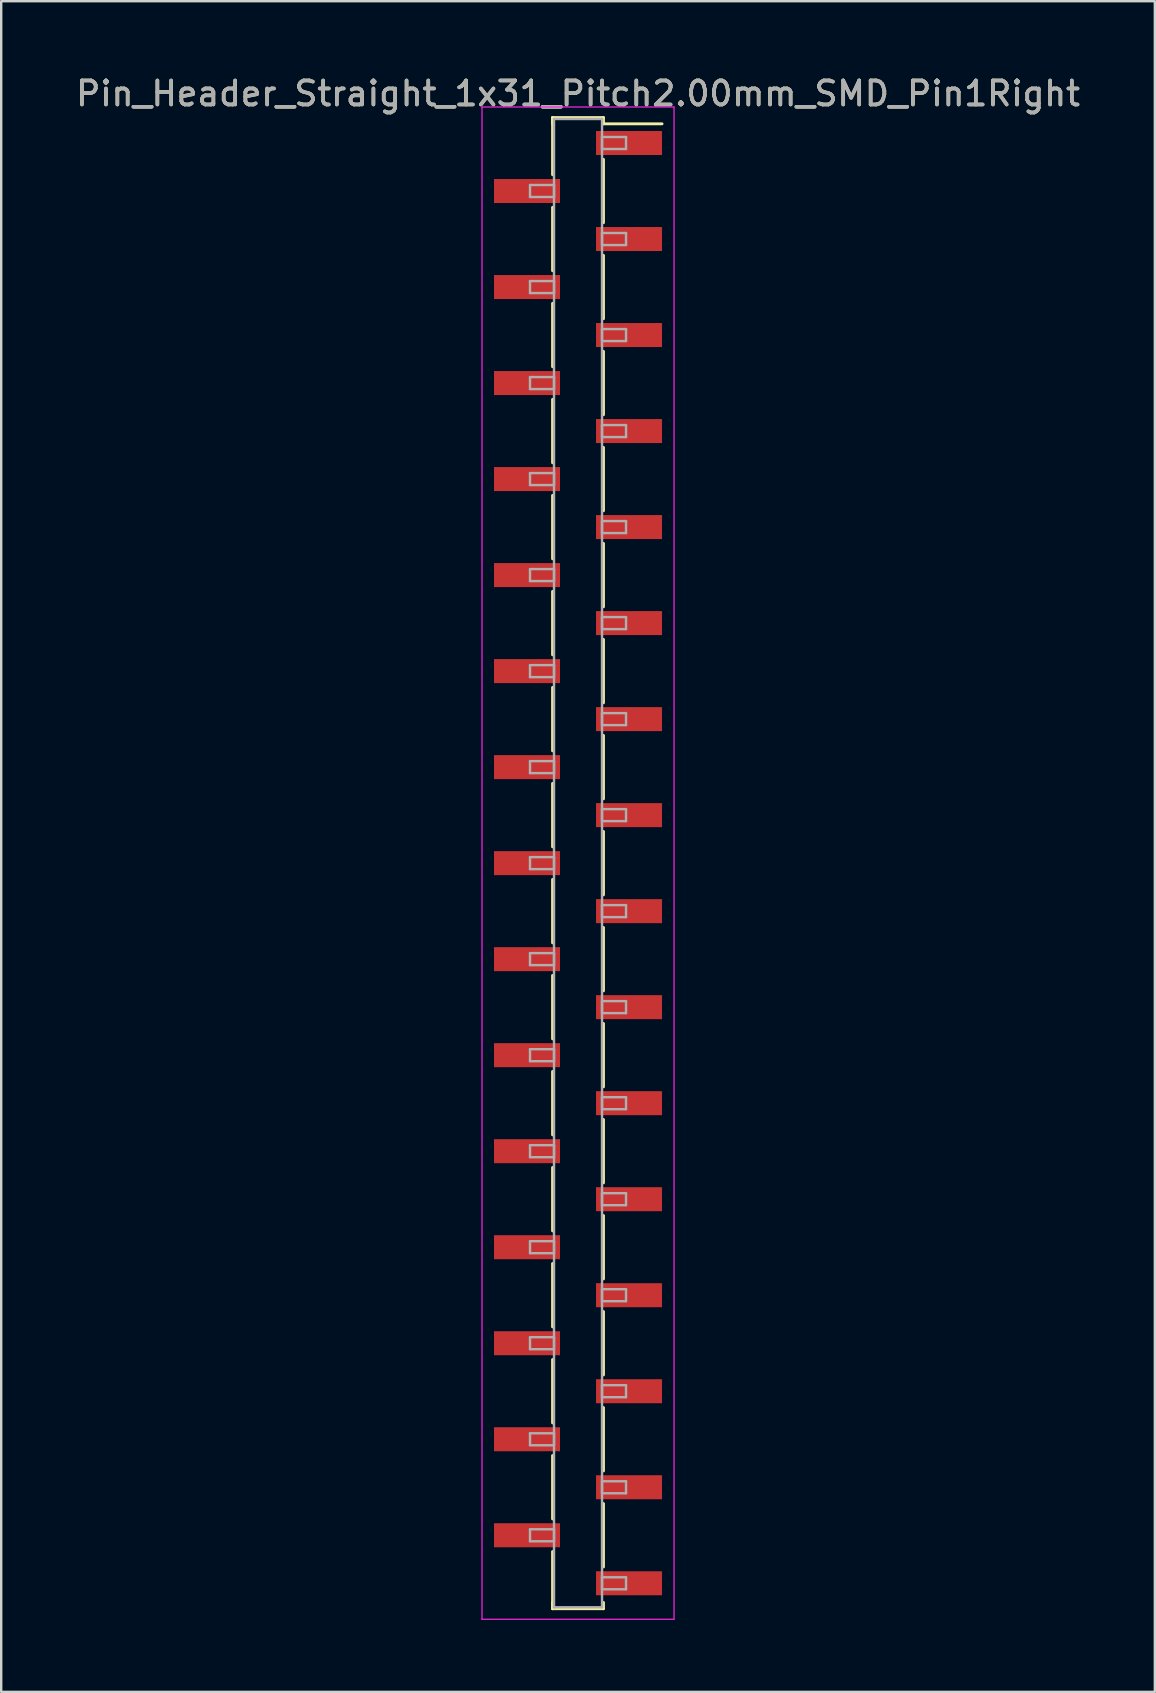
<source format=kicad_pcb>
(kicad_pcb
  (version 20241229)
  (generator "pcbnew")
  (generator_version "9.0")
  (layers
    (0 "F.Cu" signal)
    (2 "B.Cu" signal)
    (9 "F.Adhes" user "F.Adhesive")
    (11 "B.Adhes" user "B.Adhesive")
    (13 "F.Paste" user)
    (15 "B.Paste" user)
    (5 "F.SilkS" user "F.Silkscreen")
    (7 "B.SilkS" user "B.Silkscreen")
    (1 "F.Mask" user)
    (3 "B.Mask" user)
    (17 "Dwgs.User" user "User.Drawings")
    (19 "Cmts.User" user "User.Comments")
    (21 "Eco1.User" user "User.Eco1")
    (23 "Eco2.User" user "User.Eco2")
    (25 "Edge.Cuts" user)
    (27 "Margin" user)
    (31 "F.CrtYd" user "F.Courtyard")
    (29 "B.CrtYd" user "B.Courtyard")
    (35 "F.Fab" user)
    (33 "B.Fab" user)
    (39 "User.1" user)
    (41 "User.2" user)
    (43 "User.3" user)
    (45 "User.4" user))
  (footprint "Pin_Header_Straight_1x31_Pitch2.00mm_SMD_Pin1Right"
    (layer "F.Cu")
    (at 21.03 32.908)
    (property "Reference" "Pin_Header_Straight_1x31_Pitch2.00mm_SMD_Pin1Right" (at 0 -32.06 0) (layer "F.SilkS") (effects (font (size 1 1) (thickness 0.15))))
    (attr smd)
    (fp_line (start -1.06 -31.06) (end -1.06 -28.68) (stroke (width 0.12) (type solid)) (layer "F.SilkS"))
    (fp_line (start -1.06 -31.06) (end 1.06 -31.06) (stroke (width 0.12) (type solid)) (layer "F.SilkS"))
    (fp_line (start -1.06 -30.8) (end -1.06 -31.06) (stroke (width 0.12) (type solid)) (layer "F.SilkS"))
    (fp_line (start -1.06 -27.32) (end -1.06 -24.68) (stroke (width 0.12) (type solid)) (layer "F.SilkS"))
    (fp_line (start -1.06 -23.32) (end -1.06 -20.68) (stroke (width 0.12) (type solid)) (layer "F.SilkS"))
    (fp_line (start -1.06 -19.32) (end -1.06 -16.68) (stroke (width 0.12) (type solid)) (layer "F.SilkS"))
    (fp_line (start -1.06 -15.32) (end -1.06 -12.68) (stroke (width 0.12) (type solid)) (layer "F.SilkS"))
    (fp_line (start -1.06 -11.32) (end -1.06 -8.68) (stroke (width 0.12) (type solid)) (layer "F.SilkS"))
    (fp_line (start -1.06 -7.32) (end -1.06 -4.68) (stroke (width 0.12) (type solid)) (layer "F.SilkS"))
    (fp_line (start -1.06 -3.32) (end -1.06 -0.68) (stroke (width 0.12) (type solid)) (layer "F.SilkS"))
    (fp_line (start -1.06 0.68) (end -1.06 3.32) (stroke (width 0.12) (type solid)) (layer "F.SilkS"))
    (fp_line (start -1.06 4.68) (end -1.06 7.32) (stroke (width 0.12) (type solid)) (layer "F.SilkS"))
    (fp_line (start -1.06 8.68) (end -1.06 11.32) (stroke (width 0.12) (type solid)) (layer "F.SilkS"))
    (fp_line (start -1.06 12.68) (end -1.06 15.32) (stroke (width 0.12) (type solid)) (layer "F.SilkS"))
    (fp_line (start -1.06 16.68) (end -1.06 19.32) (stroke (width 0.12) (type solid)) (layer "F.SilkS"))
    (fp_line (start -1.06 20.68) (end -1.06 23.32) (stroke (width 0.12) (type solid)) (layer "F.SilkS"))
    (fp_line (start -1.06 24.68) (end -1.06 27.32) (stroke (width 0.12) (type solid)) (layer "F.SilkS"))
    (fp_line (start -1.06 28.68) (end -1.06 31.06) (stroke (width 0.12) (type solid)) (layer "F.SilkS"))
    (fp_line (start -1.06 30.8) (end -1.06 31.06) (stroke (width 0.12) (type solid)) (layer "F.SilkS"))
    (fp_line (start -1.06 31.06) (end 1.06 31.06) (stroke (width 0.12) (type solid)) (layer "F.SilkS"))
    (fp_line (start 1.06 -31.06) (end 1.06 -30.8) (stroke (width 0.12) (type solid)) (layer "F.SilkS"))
    (fp_line (start 1.06 -30.8) (end 3.5 -30.8) (stroke (width 0.12) (type solid)) (layer "F.SilkS"))
    (fp_line (start 1.06 -29.32) (end 1.06 -26.68) (stroke (width 0.12) (type solid)) (layer "F.SilkS"))
    (fp_line (start 1.06 -25.32) (end 1.06 -22.68) (stroke (width 0.12) (type solid)) (layer "F.SilkS"))
    (fp_line (start 1.06 -21.32) (end 1.06 -18.68) (stroke (width 0.12) (type solid)) (layer "F.SilkS"))
    (fp_line (start 1.06 -17.32) (end 1.06 -14.68) (stroke (width 0.12) (type solid)) (layer "F.SilkS"))
    (fp_line (start 1.06 -13.32) (end 1.06 -10.68) (stroke (width 0.12) (type solid)) (layer "F.SilkS"))
    (fp_line (start 1.06 -9.32) (end 1.06 -6.68) (stroke (width 0.12) (type solid)) (layer "F.SilkS"))
    (fp_line (start 1.06 -5.32) (end 1.06 -2.68) (stroke (width 0.12) (type solid)) (layer "F.SilkS"))
    (fp_line (start 1.06 -1.32) (end 1.06 1.32) (stroke (width 0.12) (type solid)) (layer "F.SilkS"))
    (fp_line (start 1.06 2.68) (end 1.06 5.32) (stroke (width 0.12) (type solid)) (layer "F.SilkS"))
    (fp_line (start 1.06 6.68) (end 1.06 9.32) (stroke (width 0.12) (type solid)) (layer "F.SilkS"))
    (fp_line (start 1.06 10.68) (end 1.06 13.32) (stroke (width 0.12) (type solid)) (layer "F.SilkS"))
    (fp_line (start 1.06 14.68) (end 1.06 17.32) (stroke (width 0.12) (type solid)) (layer "F.SilkS"))
    (fp_line (start 1.06 18.68) (end 1.06 21.32) (stroke (width 0.12) (type solid)) (layer "F.SilkS"))
    (fp_line (start 1.06 22.68) (end 1.06 25.32) (stroke (width 0.12) (type solid)) (layer "F.SilkS"))
    (fp_line (start 1.06 26.68) (end 1.06 29.32) (stroke (width 0.12) (type solid)) (layer "F.SilkS"))
    (fp_line (start 1.06 31.06) (end 1.06 30.8) (stroke (width 0.12) (type solid)) (layer "F.SilkS"))
    (fp_line (start -4 -31.5) (end -4 31.5) (stroke (width 0.05) (type solid)) (layer "F.CrtYd"))
    (fp_line (start -4 31.5) (end 4 31.5) (stroke (width 0.05) (type solid)) (layer "F.CrtYd"))
    (fp_line (start 4 -31.5) (end -4 -31.5) (stroke (width 0.05) (type solid)) (layer "F.CrtYd"))
    (fp_line (start 4 31.5) (end 4 -31.5) (stroke (width 0.05) (type solid)) (layer "F.CrtYd"))
    (fp_line (start -2 -28.25) (end -1 -28.25) (stroke (width 0.1) (type solid)) (layer "F.Fab"))
    (fp_line (start -2 -27.75) (end -2 -28.25) (stroke (width 0.1) (type solid)) (layer "F.Fab"))
    (fp_line (start -2 -24.25) (end -1 -24.25) (stroke (width 0.1) (type solid)) (layer "F.Fab"))
    (fp_line (start -2 -23.75) (end -2 -24.25) (stroke (width 0.1) (type solid)) (layer "F.Fab"))
    (fp_line (start -2 -20.25) (end -1 -20.25) (stroke (width 0.1) (type solid)) (layer "F.Fab"))
    (fp_line (start -2 -19.75) (end -2 -20.25) (stroke (width 0.1) (type solid)) (layer "F.Fab"))
    (fp_line (start -2 -16.25) (end -1 -16.25) (stroke (width 0.1) (type solid)) (layer "F.Fab"))
    (fp_line (start -2 -15.75) (end -2 -16.25) (stroke (width 0.1) (type solid)) (layer "F.Fab"))
    (fp_line (start -2 -12.25) (end -1 -12.25) (stroke (width 0.1) (type solid)) (layer "F.Fab"))
    (fp_line (start -2 -11.75) (end -2 -12.25) (stroke (width 0.1) (type solid)) (layer "F.Fab"))
    (fp_line (start -2 -8.25) (end -1 -8.25) (stroke (width 0.1) (type solid)) (layer "F.Fab"))
    (fp_line (start -2 -7.75) (end -2 -8.25) (stroke (width 0.1) (type solid)) (layer "F.Fab"))
    (fp_line (start -2 -4.25) (end -1 -4.25) (stroke (width 0.1) (type solid)) (layer "F.Fab"))
    (fp_line (start -2 -3.75) (end -2 -4.25) (stroke (width 0.1) (type solid)) (layer "F.Fab"))
    (fp_line (start -2 -0.25) (end -1 -0.25) (stroke (width 0.1) (type solid)) (layer "F.Fab"))
    (fp_line (start -2 0.25) (end -2 -0.25) (stroke (width 0.1) (type solid)) (layer "F.Fab"))
    (fp_line (start -2 3.75) (end -1 3.75) (stroke (width 0.1) (type solid)) (layer "F.Fab"))
    (fp_line (start -2 4.25) (end -2 3.75) (stroke (width 0.1) (type solid)) (layer "F.Fab"))
    (fp_line (start -2 7.75) (end -1 7.75) (stroke (width 0.1) (type solid)) (layer "F.Fab"))
    (fp_line (start -2 8.25) (end -2 7.75) (stroke (width 0.1) (type solid)) (layer "F.Fab"))
    (fp_line (start -2 11.75) (end -1 11.75) (stroke (width 0.1) (type solid)) (layer "F.Fab"))
    (fp_line (start -2 12.25) (end -2 11.75) (stroke (width 0.1) (type solid)) (layer "F.Fab"))
    (fp_line (start -2 15.75) (end -1 15.75) (stroke (width 0.1) (type solid)) (layer "F.Fab"))
    (fp_line (start -2 16.25) (end -2 15.75) (stroke (width 0.1) (type solid)) (layer "F.Fab"))
    (fp_line (start -2 19.75) (end -1 19.75) (stroke (width 0.1) (type solid)) (layer "F.Fab"))
    (fp_line (start -2 20.25) (end -2 19.75) (stroke (width 0.1) (type solid)) (layer "F.Fab"))
    (fp_line (start -2 23.75) (end -1 23.75) (stroke (width 0.1) (type solid)) (layer "F.Fab"))
    (fp_line (start -2 24.25) (end -2 23.75) (stroke (width 0.1) (type solid)) (layer "F.Fab"))
    (fp_line (start -2 27.75) (end -1 27.75) (stroke (width 0.1) (type solid)) (layer "F.Fab"))
    (fp_line (start -2 28.25) (end -2 27.75) (stroke (width 0.1) (type solid)) (layer "F.Fab"))
    (fp_line (start -1 -31) (end -1 31) (stroke (width 0.1) (type solid)) (layer "F.Fab"))
    (fp_line (start -1 -28.25) (end -1 -27.75) (stroke (width 0.1) (type solid)) (layer "F.Fab"))
    (fp_line (start -1 -27.75) (end -2 -27.75) (stroke (width 0.1) (type solid)) (layer "F.Fab"))
    (fp_line (start -1 -24.25) (end -1 -23.75) (stroke (width 0.1) (type solid)) (layer "F.Fab"))
    (fp_line (start -1 -23.75) (end -2 -23.75) (stroke (width 0.1) (type solid)) (layer "F.Fab"))
    (fp_line (start -1 -20.25) (end -1 -19.75) (stroke (width 0.1) (type solid)) (layer "F.Fab"))
    (fp_line (start -1 -19.75) (end -2 -19.75) (stroke (width 0.1) (type solid)) (layer "F.Fab"))
    (fp_line (start -1 -16.25) (end -1 -15.75) (stroke (width 0.1) (type solid)) (layer "F.Fab"))
    (fp_line (start -1 -15.75) (end -2 -15.75) (stroke (width 0.1) (type solid)) (layer "F.Fab"))
    (fp_line (start -1 -12.25) (end -1 -11.75) (stroke (width 0.1) (type solid)) (layer "F.Fab"))
    (fp_line (start -1 -11.75) (end -2 -11.75) (stroke (width 0.1) (type solid)) (layer "F.Fab"))
    (fp_line (start -1 -8.25) (end -1 -7.75) (stroke (width 0.1) (type solid)) (layer "F.Fab"))
    (fp_line (start -1 -7.75) (end -2 -7.75) (stroke (width 0.1) (type solid)) (layer "F.Fab"))
    (fp_line (start -1 -4.25) (end -1 -3.75) (stroke (width 0.1) (type solid)) (layer "F.Fab"))
    (fp_line (start -1 -3.75) (end -2 -3.75) (stroke (width 0.1) (type solid)) (layer "F.Fab"))
    (fp_line (start -1 -0.25) (end -1 0.25) (stroke (width 0.1) (type solid)) (layer "F.Fab"))
    (fp_line (start -1 0.25) (end -2 0.25) (stroke (width 0.1) (type solid)) (layer "F.Fab"))
    (fp_line (start -1 3.75) (end -1 4.25) (stroke (width 0.1) (type solid)) (layer "F.Fab"))
    (fp_line (start -1 4.25) (end -2 4.25) (stroke (width 0.1) (type solid)) (layer "F.Fab"))
    (fp_line (start -1 7.75) (end -1 8.25) (stroke (width 0.1) (type solid)) (layer "F.Fab"))
    (fp_line (start -1 8.25) (end -2 8.25) (stroke (width 0.1) (type solid)) (layer "F.Fab"))
    (fp_line (start -1 11.75) (end -1 12.25) (stroke (width 0.1) (type solid)) (layer "F.Fab"))
    (fp_line (start -1 12.25) (end -2 12.25) (stroke (width 0.1) (type solid)) (layer "F.Fab"))
    (fp_line (start -1 15.75) (end -1 16.25) (stroke (width 0.1) (type solid)) (layer "F.Fab"))
    (fp_line (start -1 16.25) (end -2 16.25) (stroke (width 0.1) (type solid)) (layer "F.Fab"))
    (fp_line (start -1 19.75) (end -1 20.25) (stroke (width 0.1) (type solid)) (layer "F.Fab"))
    (fp_line (start -1 20.25) (end -2 20.25) (stroke (width 0.1) (type solid)) (layer "F.Fab"))
    (fp_line (start -1 23.75) (end -1 24.25) (stroke (width 0.1) (type solid)) (layer "F.Fab"))
    (fp_line (start -1 24.25) (end -2 24.25) (stroke (width 0.1) (type solid)) (layer "F.Fab"))
    (fp_line (start -1 27.75) (end -1 28.25) (stroke (width 0.1) (type solid)) (layer "F.Fab"))
    (fp_line (start -1 28.25) (end -2 28.25) (stroke (width 0.1) (type solid)) (layer "F.Fab"))
    (fp_line (start -1 31) (end 1 31) (stroke (width 0.1) (type solid)) (layer "F.Fab"))
    (fp_line (start 1 -31) (end -1 -31) (stroke (width 0.1) (type solid)) (layer "F.Fab"))
    (fp_line (start 1 -30.25) (end 1 -29.75) (stroke (width 0.1) (type solid)) (layer "F.Fab"))
    (fp_line (start 1 -29.75) (end 2 -29.75) (stroke (width 0.1) (type solid)) (layer "F.Fab"))
    (fp_line (start 1 -26.25) (end 1 -25.75) (stroke (width 0.1) (type solid)) (layer "F.Fab"))
    (fp_line (start 1 -25.75) (end 2 -25.75) (stroke (width 0.1) (type solid)) (layer "F.Fab"))
    (fp_line (start 1 -22.25) (end 1 -21.75) (stroke (width 0.1) (type solid)) (layer "F.Fab"))
    (fp_line (start 1 -21.75) (end 2 -21.75) (stroke (width 0.1) (type solid)) (layer "F.Fab"))
    (fp_line (start 1 -18.25) (end 1 -17.75) (stroke (width 0.1) (type solid)) (layer "F.Fab"))
    (fp_line (start 1 -17.75) (end 2 -17.75) (stroke (width 0.1) (type solid)) (layer "F.Fab"))
    (fp_line (start 1 -14.25) (end 1 -13.75) (stroke (width 0.1) (type solid)) (layer "F.Fab"))
    (fp_line (start 1 -13.75) (end 2 -13.75) (stroke (width 0.1) (type solid)) (layer "F.Fab"))
    (fp_line (start 1 -10.25) (end 1 -9.75) (stroke (width 0.1) (type solid)) (layer "F.Fab"))
    (fp_line (start 1 -9.75) (end 2 -9.75) (stroke (width 0.1) (type solid)) (layer "F.Fab"))
    (fp_line (start 1 -6.25) (end 1 -5.75) (stroke (width 0.1) (type solid)) (layer "F.Fab"))
    (fp_line (start 1 -5.75) (end 2 -5.75) (stroke (width 0.1) (type solid)) (layer "F.Fab"))
    (fp_line (start 1 -2.25) (end 1 -1.75) (stroke (width 0.1) (type solid)) (layer "F.Fab"))
    (fp_line (start 1 -1.75) (end 2 -1.75) (stroke (width 0.1) (type solid)) (layer "F.Fab"))
    (fp_line (start 1 1.75) (end 1 2.25) (stroke (width 0.1) (type solid)) (layer "F.Fab"))
    (fp_line (start 1 2.25) (end 2 2.25) (stroke (width 0.1) (type solid)) (layer "F.Fab"))
    (fp_line (start 1 5.75) (end 1 6.25) (stroke (width 0.1) (type solid)) (layer "F.Fab"))
    (fp_line (start 1 6.25) (end 2 6.25) (stroke (width 0.1) (type solid)) (layer "F.Fab"))
    (fp_line (start 1 9.75) (end 1 10.25) (stroke (width 0.1) (type solid)) (layer "F.Fab"))
    (fp_line (start 1 10.25) (end 2 10.25) (stroke (width 0.1) (type solid)) (layer "F.Fab"))
    (fp_line (start 1 13.75) (end 1 14.25) (stroke (width 0.1) (type solid)) (layer "F.Fab"))
    (fp_line (start 1 14.25) (end 2 14.25) (stroke (width 0.1) (type solid)) (layer "F.Fab"))
    (fp_line (start 1 17.75) (end 1 18.25) (stroke (width 0.1) (type solid)) (layer "F.Fab"))
    (fp_line (start 1 18.25) (end 2 18.25) (stroke (width 0.1) (type solid)) (layer "F.Fab"))
    (fp_line (start 1 21.75) (end 1 22.25) (stroke (width 0.1) (type solid)) (layer "F.Fab"))
    (fp_line (start 1 22.25) (end 2 22.25) (stroke (width 0.1) (type solid)) (layer "F.Fab"))
    (fp_line (start 1 25.75) (end 1 26.25) (stroke (width 0.1) (type solid)) (layer "F.Fab"))
    (fp_line (start 1 26.25) (end 2 26.25) (stroke (width 0.1) (type solid)) (layer "F.Fab"))
    (fp_line (start 1 29.75) (end 1 30.25) (stroke (width 0.1) (type solid)) (layer "F.Fab"))
    (fp_line (start 1 30.25) (end 2 30.25) (stroke (width 0.1) (type solid)) (layer "F.Fab"))
    (fp_line (start 1 31) (end 1 -31) (stroke (width 0.1) (type solid)) (layer "F.Fab"))
    (fp_line (start 2 -30.25) (end 1 -30.25) (stroke (width 0.1) (type solid)) (layer "F.Fab"))
    (fp_line (start 2 -29.75) (end 2 -30.25) (stroke (width 0.1) (type solid)) (layer "F.Fab"))
    (fp_line (start 2 -26.25) (end 1 -26.25) (stroke (width 0.1) (type solid)) (layer "F.Fab"))
    (fp_line (start 2 -25.75) (end 2 -26.25) (stroke (width 0.1) (type solid)) (layer "F.Fab"))
    (fp_line (start 2 -22.25) (end 1 -22.25) (stroke (width 0.1) (type solid)) (layer "F.Fab"))
    (fp_line (start 2 -21.75) (end 2 -22.25) (stroke (width 0.1) (type solid)) (layer "F.Fab"))
    (fp_line (start 2 -18.25) (end 1 -18.25) (stroke (width 0.1) (type solid)) (layer "F.Fab"))
    (fp_line (start 2 -17.75) (end 2 -18.25) (stroke (width 0.1) (type solid)) (layer "F.Fab"))
    (fp_line (start 2 -14.25) (end 1 -14.25) (stroke (width 0.1) (type solid)) (layer "F.Fab"))
    (fp_line (start 2 -13.75) (end 2 -14.25) (stroke (width 0.1) (type solid)) (layer "F.Fab"))
    (fp_line (start 2 -10.25) (end 1 -10.25) (stroke (width 0.1) (type solid)) (layer "F.Fab"))
    (fp_line (start 2 -9.75) (end 2 -10.25) (stroke (width 0.1) (type solid)) (layer "F.Fab"))
    (fp_line (start 2 -6.25) (end 1 -6.25) (stroke (width 0.1) (type solid)) (layer "F.Fab"))
    (fp_line (start 2 -5.75) (end 2 -6.25) (stroke (width 0.1) (type solid)) (layer "F.Fab"))
    (fp_line (start 2 -2.25) (end 1 -2.25) (stroke (width 0.1) (type solid)) (layer "F.Fab"))
    (fp_line (start 2 -1.75) (end 2 -2.25) (stroke (width 0.1) (type solid)) (layer "F.Fab"))
    (fp_line (start 2 1.75) (end 1 1.75) (stroke (width 0.1) (type solid)) (layer "F.Fab"))
    (fp_line (start 2 2.25) (end 2 1.75) (stroke (width 0.1) (type solid)) (layer "F.Fab"))
    (fp_line (start 2 5.75) (end 1 5.75) (stroke (width 0.1) (type solid)) (layer "F.Fab"))
    (fp_line (start 2 6.25) (end 2 5.75) (stroke (width 0.1) (type solid)) (layer "F.Fab"))
    (fp_line (start 2 9.75) (end 1 9.75) (stroke (width 0.1) (type solid)) (layer "F.Fab"))
    (fp_line (start 2 10.25) (end 2 9.75) (stroke (width 0.1) (type solid)) (layer "F.Fab"))
    (fp_line (start 2 13.75) (end 1 13.75) (stroke (width 0.1) (type solid)) (layer "F.Fab"))
    (fp_line (start 2 14.25) (end 2 13.75) (stroke (width 0.1) (type solid)) (layer "F.Fab"))
    (fp_line (start 2 17.75) (end 1 17.75) (stroke (width 0.1) (type solid)) (layer "F.Fab"))
    (fp_line (start 2 18.25) (end 2 17.75) (stroke (width 0.1) (type solid)) (layer "F.Fab"))
    (fp_line (start 2 21.75) (end 1 21.75) (stroke (width 0.1) (type solid)) (layer "F.Fab"))
    (fp_line (start 2 22.25) (end 2 21.75) (stroke (width 0.1) (type solid)) (layer "F.Fab"))
    (fp_line (start 2 25.75) (end 1 25.75) (stroke (width 0.1) (type solid)) (layer "F.Fab"))
    (fp_line (start 2 26.25) (end 2 25.75) (stroke (width 0.1) (type solid)) (layer "F.Fab"))
    (fp_line (start 2 29.75) (end 1 29.75) (stroke (width 0.1) (type solid)) (layer "F.Fab"))
    (fp_line (start 2 30.25) (end 2 29.75) (stroke (width 0.1) (type solid)) (layer "F.Fab"))
    (fp_text user "${REFERENCE}" (at 0 -32.06 0) (layer "F.Fab") (effects (font (size 1 1) (thickness 0.15))))
    (pad "1" smd rect (at 2.125 -30) (size 2.75 1) (layers "F.Cu" "F.Mask" "F.Paste"))
    (pad "2" smd rect (at -2.125 -28) (size 2.75 1) (layers "F.Cu" "F.Mask" "F.Paste"))
    (pad "3" smd rect (at 2.125 -26) (size 2.75 1) (layers "F.Cu" "F.Mask" "F.Paste"))
    (pad "4" smd rect (at -2.125 -24) (size 2.75 1) (layers "F.Cu" "F.Mask" "F.Paste"))
    (pad "5" smd rect (at 2.125 -22) (size 2.75 1) (layers "F.Cu" "F.Mask" "F.Paste"))
    (pad "6" smd rect (at -2.125 -20) (size 2.75 1) (layers "F.Cu" "F.Mask" "F.Paste"))
    (pad "7" smd rect (at 2.125 -18) (size 2.75 1) (layers "F.Cu" "F.Mask" "F.Paste"))
    (pad "8" smd rect (at -2.125 -16) (size 2.75 1) (layers "F.Cu" "F.Mask" "F.Paste"))
    (pad "9" smd rect (at 2.125 -14) (size 2.75 1) (layers "F.Cu" "F.Mask" "F.Paste"))
    (pad "10" smd rect (at -2.125 -12) (size 2.75 1) (layers "F.Cu" "F.Mask" "F.Paste"))
    (pad "11" smd rect (at 2.125 -10) (size 2.75 1) (layers "F.Cu" "F.Mask" "F.Paste"))
    (pad "12" smd rect (at -2.125 -8) (size 2.75 1) (layers "F.Cu" "F.Mask" "F.Paste"))
    (pad "13" smd rect (at 2.125 -6) (size 2.75 1) (layers "F.Cu" "F.Mask" "F.Paste"))
    (pad "14" smd rect (at -2.125 -4) (size 2.75 1) (layers "F.Cu" "F.Mask" "F.Paste"))
    (pad "15" smd rect (at 2.125 -2) (size 2.75 1) (layers "F.Cu" "F.Mask" "F.Paste"))
    (pad "16" smd rect (at -2.125 0) (size 2.75 1) (layers "F.Cu" "F.Mask" "F.Paste"))
    (pad "17" smd rect (at 2.125 2) (size 2.75 1) (layers "F.Cu" "F.Mask" "F.Paste"))
    (pad "18" smd rect (at -2.125 4) (size 2.75 1) (layers "F.Cu" "F.Mask" "F.Paste"))
    (pad "19" smd rect (at 2.125 6) (size 2.75 1) (layers "F.Cu" "F.Mask" "F.Paste"))
    (pad "20" smd rect (at -2.125 8) (size 2.75 1) (layers "F.Cu" "F.Mask" "F.Paste"))
    (pad "21" smd rect (at 2.125 10) (size 2.75 1) (layers "F.Cu" "F.Mask" "F.Paste"))
    (pad "22" smd rect (at -2.125 12) (size 2.75 1) (layers "F.Cu" "F.Mask" "F.Paste"))
    (pad "23" smd rect (at 2.125 14) (size 2.75 1) (layers "F.Cu" "F.Mask" "F.Paste"))
    (pad "24" smd rect (at -2.125 16) (size 2.75 1) (layers "F.Cu" "F.Mask" "F.Paste"))
    (pad "25" smd rect (at 2.125 18) (size 2.75 1) (layers "F.Cu" "F.Mask" "F.Paste"))
    (pad "26" smd rect (at -2.125 20) (size 2.75 1) (layers "F.Cu" "F.Mask" "F.Paste"))
    (pad "27" smd rect (at 2.125 22) (size 2.75 1) (layers "F.Cu" "F.Mask" "F.Paste"))
    (pad "28" smd rect (at -2.125 24) (size 2.75 1) (layers "F.Cu" "F.Mask" "F.Paste"))
    (pad "29" smd rect (at 2.125 26) (size 2.75 1) (layers "F.Cu" "F.Mask" "F.Paste"))
    (pad "30" smd rect (at -2.125 28) (size 2.75 1) (layers "F.Cu" "F.Mask" "F.Paste"))
    (pad "31" smd rect (at 2.125 30) (size 2.75 1) (layers "F.Cu" "F.Mask" "F.Paste")))
  (gr_rect
    (start -3 -3)
    (end 45.06 67.433)
    (stroke (width 0.1) (type default))
    (fill no)
    (layer "Edge.Cuts")))
</source>
